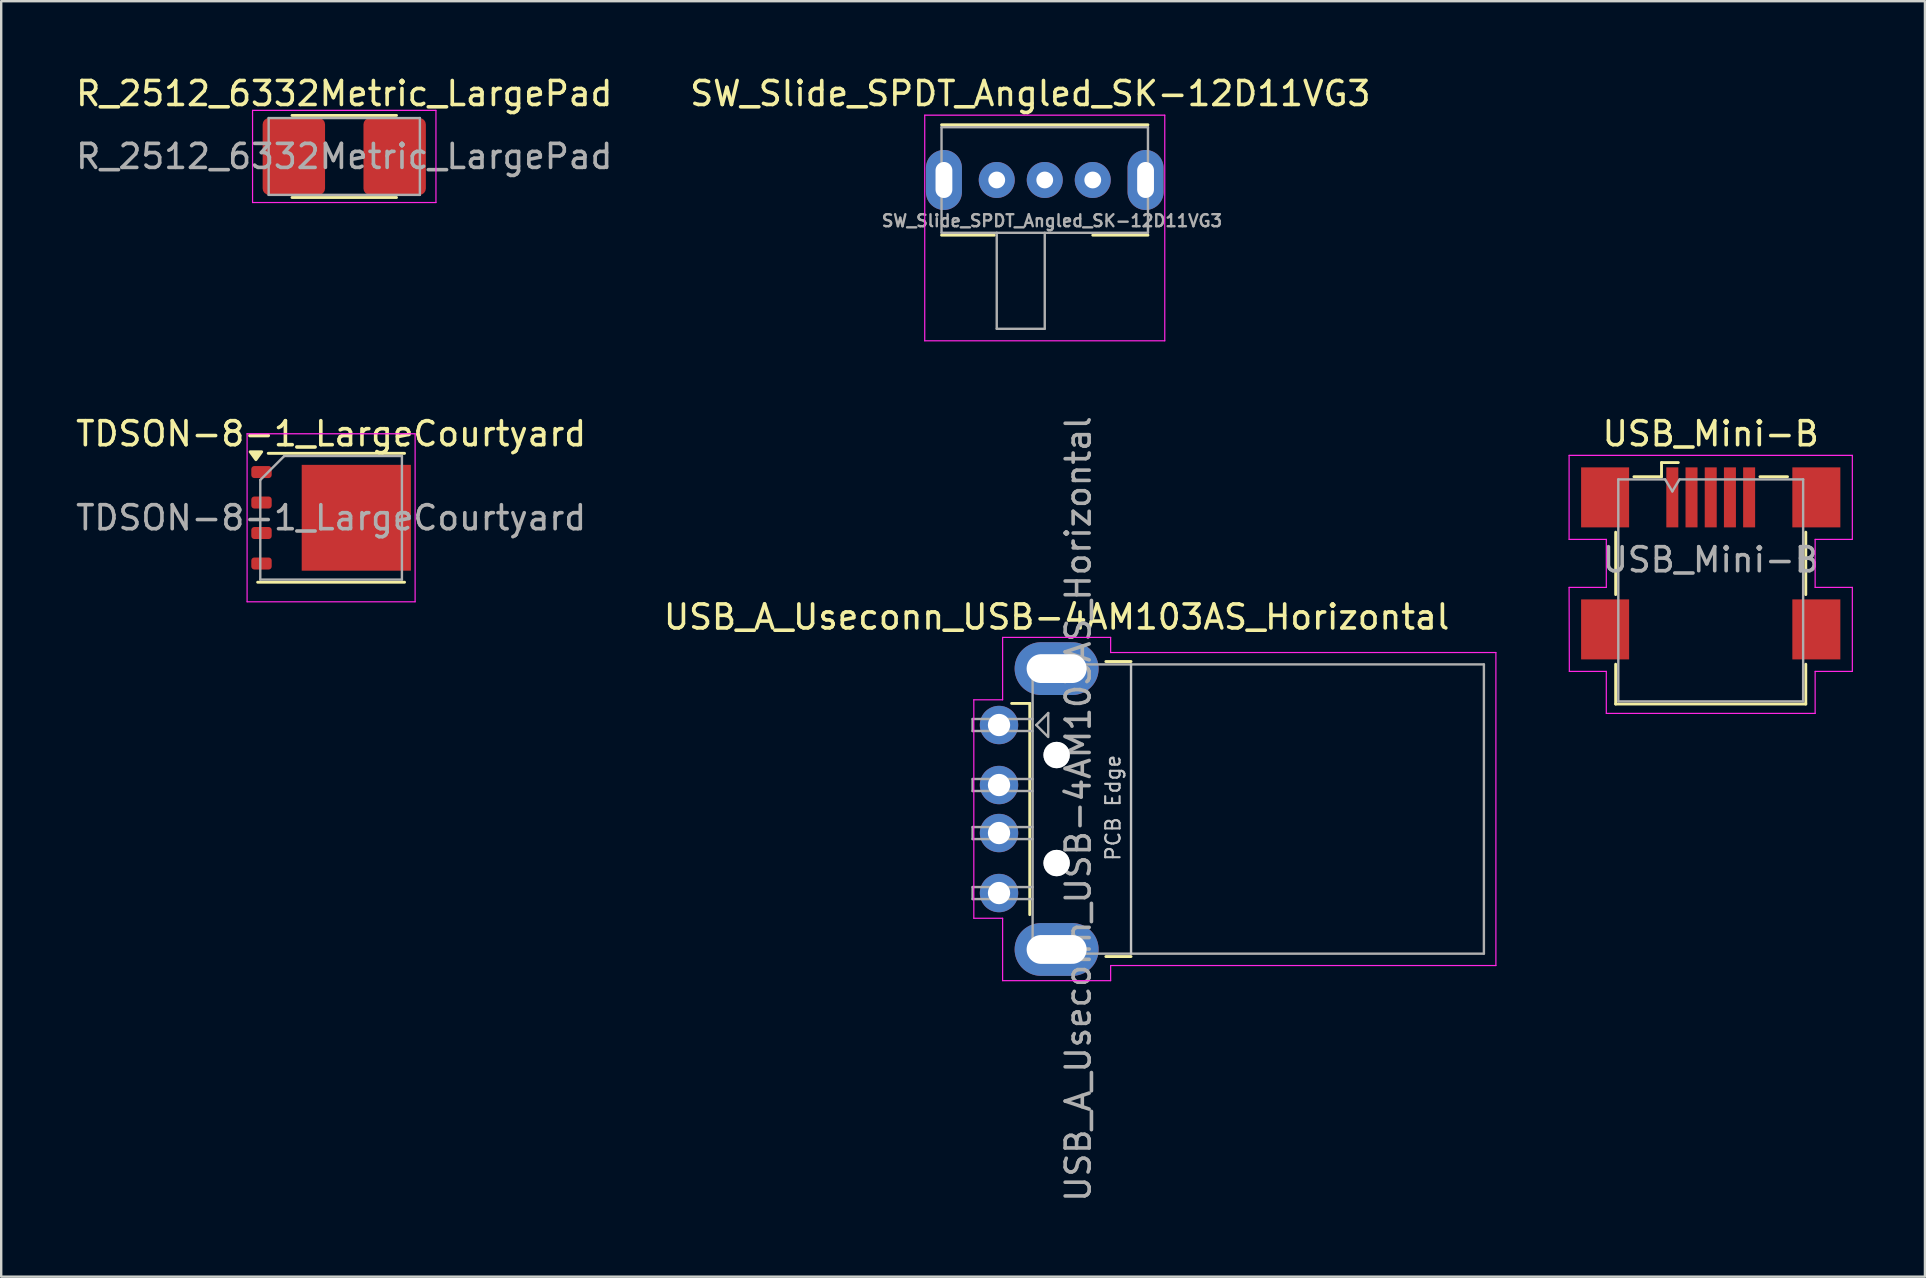
<source format=kicad_pcb>
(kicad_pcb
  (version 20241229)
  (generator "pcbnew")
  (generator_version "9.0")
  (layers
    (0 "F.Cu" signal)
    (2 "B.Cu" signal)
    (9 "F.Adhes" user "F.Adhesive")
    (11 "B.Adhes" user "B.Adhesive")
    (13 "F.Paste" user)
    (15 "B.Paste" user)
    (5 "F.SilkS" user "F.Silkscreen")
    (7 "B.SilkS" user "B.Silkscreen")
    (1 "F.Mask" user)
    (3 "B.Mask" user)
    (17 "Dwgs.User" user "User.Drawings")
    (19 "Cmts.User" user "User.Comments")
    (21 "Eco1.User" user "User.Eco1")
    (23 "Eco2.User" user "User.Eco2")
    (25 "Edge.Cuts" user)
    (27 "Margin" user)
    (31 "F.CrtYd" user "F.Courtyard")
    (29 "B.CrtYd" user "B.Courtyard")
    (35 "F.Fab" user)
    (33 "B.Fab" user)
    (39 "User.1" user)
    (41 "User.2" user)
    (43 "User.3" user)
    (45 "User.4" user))
  (footprint "USB_Mini-B"
    (layer "F.Cu")
    (at 68.22 20.271)
    (property "Reference" "USB_Mini-B" (at 0 -5.25 0) (layer "F.SilkS") (effects (font (size 1 1) (thickness 0.15))))
    (attr smd)
    (fp_line (start -3.96 1.45) (end -3.96 -1.15) (stroke (width 0.12) (type solid)) (layer "F.SilkS"))
    (fp_line (start -3.96 4.35) (end -3.96 6.01) (stroke (width 0.12) (type solid)) (layer "F.SilkS"))
    (fp_line (start -3.96 6.01) (end 3.96 6.01) (stroke (width 0.12) (type solid)) (layer "F.SilkS"))
    (fp_line (start -3.2 -3.46) (end -2.05 -3.46) (stroke (width 0.12) (type solid)) (layer "F.SilkS"))
    (fp_line (start -2.05 -4.05) (end -1.35 -4.05) (stroke (width 0.12) (type solid)) (layer "F.SilkS"))
    (fp_line (start -2.05 -3.46) (end -2.05 -4.05) (stroke (width 0.12) (type solid)) (layer "F.SilkS"))
    (fp_line (start 2.05 -3.46) (end 3.2 -3.46) (stroke (width 0.12) (type solid)) (layer "F.SilkS"))
    (fp_line (start 3.96 -1.15) (end 3.96 1.45) (stroke (width 0.12) (type solid)) (layer "F.SilkS"))
    (fp_line (start 3.96 6.01) (end 3.96 4.35) (stroke (width 0.12) (type solid)) (layer "F.SilkS"))
    (fp_line (start -5.9 -4.35) (end 5.9 -4.35) (stroke (width 0.05) (type solid)) (layer "F.CrtYd"))
    (fp_line (start -5.9 -0.85) (end -5.9 -4.35) (stroke (width 0.05) (type solid)) (layer "F.CrtYd"))
    (fp_line (start -5.9 1.15) (end -4.35 1.15) (stroke (width 0.05) (type solid)) (layer "F.CrtYd"))
    (fp_line (start -5.89 4.65) (end -5.9 1.15) (stroke (width 0.05) (type solid)) (layer "F.CrtYd"))
    (fp_line (start -4.35 -0.85) (end -5.9 -0.85) (stroke (width 0.05) (type solid)) (layer "F.CrtYd"))
    (fp_line (start -4.35 1.15) (end -4.35 -0.85) (stroke (width 0.05) (type solid)) (layer "F.CrtYd"))
    (fp_line (start -4.35 4.65) (end -5.89 4.65) (stroke (width 0.05) (type solid)) (layer "F.CrtYd"))
    (fp_line (start -4.35 6.4) (end -4.35 4.65) (stroke (width 0.05) (type solid)) (layer "F.CrtYd"))
    (fp_line (start 4.35 -0.85) (end 4.35 1.15) (stroke (width 0.05) (type solid)) (layer "F.CrtYd"))
    (fp_line (start 4.35 1.15) (end 5.9 1.15) (stroke (width 0.05) (type solid)) (layer "F.CrtYd"))
    (fp_line (start 4.35 4.65) (end 4.35 6.4) (stroke (width 0.05) (type solid)) (layer "F.CrtYd"))
    (fp_line (start 4.35 6.4) (end -4.35 6.4) (stroke (width 0.05) (type solid)) (layer "F.CrtYd"))
    (fp_line (start 5.9 -4.35) (end 5.9 -0.85) (stroke (width 0.05) (type solid)) (layer "F.CrtYd"))
    (fp_line (start 5.9 -0.85) (end 4.35 -0.85) (stroke (width 0.05) (type solid)) (layer "F.CrtYd"))
    (fp_line (start 5.9 1.15) (end 5.9 4.65) (stroke (width 0.05) (type solid)) (layer "F.CrtYd"))
    (fp_line (start 5.9 4.65) (end 4.35 4.65) (stroke (width 0.05) (type solid)) (layer "F.CrtYd"))
    (fp_line (start -3.85 -3.35) (end -1.9 -3.35) (stroke (width 0.1) (type solid)) (layer "F.Fab"))
    (fp_line (start -3.85 5.9) (end -3.85 -3.35) (stroke (width 0.1) (type solid)) (layer "F.Fab"))
    (fp_line (start -1.9 -3.35) (end -1.6 -2.85) (stroke (width 0.1) (type solid)) (layer "F.Fab"))
    (fp_line (start -1.6 -2.85) (end -1.3 -3.35) (stroke (width 0.1) (type solid)) (layer "F.Fab"))
    (fp_line (start -1.3 -3.35) (end 3.85 -3.35) (stroke (width 0.1) (type solid)) (layer "F.Fab"))
    (fp_line (start 3.85 -3.35) (end 3.85 5.9) (stroke (width 0.1) (type solid)) (layer "F.Fab"))
    (fp_line (start 3.85 5.9) (end -3.85 5.9) (stroke (width 0.1) (type solid)) (layer "F.Fab"))
    (fp_text user "${REFERENCE}" (at 0 0 0) (layer "F.Fab") (effects (font (size 1 1) (thickness 0.15))))
    (pad "1" smd rect (at -1.6 -2.6) (size 0.5 2.5) (layers "F.Cu" "F.Mask" "F.Paste"))
    (pad "2" smd rect (at -0.8 -2.6) (size 0.5 2.5) (layers "F.Cu" "F.Mask" "F.Paste"))
    (pad "3" smd rect (at 0 -2.6) (size 0.5 2.5) (layers "F.Cu" "F.Mask" "F.Paste"))
    (pad "4" smd rect (at 0.8 -2.6) (size 0.5 2.5) (layers "F.Cu" "F.Mask" "F.Paste"))
    (pad "5" smd rect (at 1.6 -2.6) (size 0.5 2.5) (layers "F.Cu" "F.Mask" "F.Paste"))
    (pad "6" smd rect (at -4.4 -2.6) (size 2 2.5) (layers "F.Cu" "F.Mask" "F.Paste"))
    (pad "6" smd rect (at -4.4 2.9) (size 2 2.5) (layers "F.Cu" "F.Mask" "F.Paste"))
    (pad "6" smd rect (at 4.4 -2.6) (size 2 2.5) (layers "F.Cu" "F.Mask" "F.Paste"))
    (pad "6" smd rect (at 4.4 2.9) (size 2 2.5) (layers "F.Cu" "F.Mask" "F.Paste")))
  (footprint "R_2512_6332Metric_LargePad"
    (layer "F.Cu")
    (at 11.292 3.468)
    (property "Reference" "R_2512_6332Metric_LargePad" (at 0 -2.62 0) (layer "F.SilkS") (effects (font (size 1 1) (thickness 0.15))))
    (attr smd)
    (fp_line (start -2.177 -1.71) (end 2.177 -1.71) (stroke (width 0.12) (type solid)) (layer "F.SilkS"))
    (fp_line (start -2.177 1.71) (end 2.177 1.71) (stroke (width 0.12) (type solid)) (layer "F.SilkS"))
    (fp_line (start -3.82 -1.92) (end 3.82 -1.92) (stroke (width 0.05) (type solid)) (layer "F.CrtYd"))
    (fp_line (start -3.82 1.92) (end -3.82 -1.92) (stroke (width 0.05) (type solid)) (layer "F.CrtYd"))
    (fp_line (start 3.82 -1.92) (end 3.82 1.92) (stroke (width 0.05) (type solid)) (layer "F.CrtYd"))
    (fp_line (start 3.82 1.92) (end -3.82 1.92) (stroke (width 0.05) (type solid)) (layer "F.CrtYd"))
    (fp_line (start -3.15 -1.6) (end 3.15 -1.6) (stroke (width 0.1) (type solid)) (layer "F.Fab"))
    (fp_line (start -3.15 1.6) (end -3.15 -1.6) (stroke (width 0.1) (type solid)) (layer "F.Fab"))
    (fp_line (start 3.15 -1.6) (end 3.15 1.6) (stroke (width 0.1) (type solid)) (layer "F.Fab"))
    (fp_line (start 3.15 1.6) (end -3.15 1.6) (stroke (width 0.1) (type solid)) (layer "F.Fab"))
    (fp_text user "${REFERENCE}" (at 0 0 0) (layer "F.Fab") (effects (font (size 1 1) (thickness 0.15))))
    (pad "1" smd roundrect (at -2.1 0) (size 2.6 3.2) (layers "F.Cu" "F.Mask" "F.Paste") (roundrect_rratio 0.102))
    (pad "2" smd roundrect (at 2.1 0) (size 2.6 3.2) (layers "F.Cu" "F.Mask" "F.Paste") (roundrect_rratio 0.102)))
  (footprint "SW_Slide_SPDT_Angled_SK-12D11VG3"
    (layer "F.Cu")
    (at 38.475 4.448)
    (property "Reference" "SW_Slide_SPDT_Angled_SK-12D11VG3" (at 1.4 -3.6 0) (layer "F.SilkS") (effects (font (size 1 1) (thickness 0.15))))
    (attr through_hole)
    (fp_line (start -2.3 -2.3) (end 6.3 -2.3) (stroke (width 0.12) (type solid)) (layer "F.SilkS"))
    (fp_line (start -2.3 2.3) (end -0.1 2.3) (stroke (width 0.12) (type solid)) (layer "F.SilkS"))
    (fp_line (start 4 2.3) (end 6.3 2.3) (stroke (width 0.12) (type solid)) (layer "F.SilkS"))
    (fp_line (start -3 -2.7) (end 7 -2.7) (stroke (width 0.05) (type solid)) (layer "F.CrtYd"))
    (fp_line (start -3 6.7) (end -3 -2.7) (stroke (width 0.05) (type solid)) (layer "F.CrtYd"))
    (fp_line (start 7 -2.7) (end 7 6.7) (stroke (width 0.05) (type solid)) (layer "F.CrtYd"))
    (fp_line (start 7 6.7) (end -3 6.7) (stroke (width 0.05) (type solid)) (layer "F.CrtYd"))
    (fp_line (start -2.3 -2.2) (end -2.3 2.2) (stroke (width 0.1) (type solid)) (layer "F.Fab"))
    (fp_line (start -2.3 -2.2) (end 6.3 -2.2) (stroke (width 0.1) (type solid)) (layer "F.Fab"))
    (fp_line (start -2.3 2.2) (end 6.3 2.2) (stroke (width 0.1) (type solid)) (layer "F.Fab"))
    (fp_line (start 0 6.2) (end 0 2.2) (stroke (width 0.1) (type solid)) (layer "F.Fab"))
    (fp_line (start 2 2.2) (end 2 6.2) (stroke (width 0.1) (type solid)) (layer "F.Fab"))
    (fp_line (start 2 6.2) (end 0 6.2) (stroke (width 0.1) (type solid)) (layer "F.Fab"))
    (fp_line (start 6.3 2.2) (end 6.3 -2.2) (stroke (width 0.1) (type solid)) (layer "F.Fab"))
    (fp_text user "${REFERENCE}" (at 2.3 1.7 0) (layer "F.Fab") (effects (font (size 0.5 0.5) (thickness 0.1))))
    (pad "" thru_hole oval (at -2.2 0) (size 1.5 2.5) (drill oval 0.7 1.5) (layers "*.Cu" "*.Mask"))
    (pad "" thru_hole oval (at 6.2 0) (size 1.5 2.5) (drill oval 0.7 1.5) (layers "*.Cu" "*.Mask"))
    (pad "1" thru_hole circle (at 0 0) (size 1.5 1.5) (drill 0.7) (layers "*.Cu" "*.Mask"))
    (pad "2" thru_hole circle (at 2 0) (size 1.5 1.5) (drill 0.7) (layers "*.Cu" "*.Mask"))
    (pad "3" thru_hole circle (at 4 0) (size 1.5 1.5) (drill 0.7) (layers "*.Cu" "*.Mask")))
  (footprint "USB_A_Useconn_USB-4AM103AS_Horizontal"
    (layer "F.Cu")
    (at 47.87 30.655)
    (property "Reference" "USB_A_Useconn_USB-4AM103AS_Horizontal" (at -6.9 -8 0) (layer "F.SilkS") (effects (font (size 1 1) (thickness 0.15))))
    (attr smd)
    (fp_line (start -8.02 -4.4) (end -8.775 -4.4) (stroke (width 0.12) (type solid)) (layer "F.SilkS"))
    (fp_line (start -8.02 -4.4) (end -8.02 4.4) (stroke (width 0.12) (type solid)) (layer "F.SilkS"))
    (fp_line (start -4.85 -6.145) (end -3.8 -6.145) (stroke (width 0.12) (type solid)) (layer "F.SilkS"))
    (fp_line (start -4.85 6.145) (end -3.8 6.145) (stroke (width 0.12) (type solid)) (layer "F.SilkS"))
    (fp_line (start -3.8 6.025) (end -3.8 -6.025) (stroke (width 0.1) (type solid)) (layer "Dwgs.User"))
    (fp_line (start -10.35 -4.55) (end -9.15 -4.55) (stroke (width 0.05) (type solid)) (layer "F.CrtYd"))
    (fp_line (start -10.35 4.55) (end -10.35 -4.55) (stroke (width 0.05) (type solid)) (layer "F.CrtYd"))
    (fp_line (start -10.35 4.55) (end -9.15 4.55) (stroke (width 0.05) (type solid)) (layer "F.CrtYd"))
    (fp_line (start -9.15 -7.15) (end -9.15 -4.55) (stroke (width 0.05) (type solid)) (layer "F.CrtYd"))
    (fp_line (start -9.15 -7.15) (end -4.65 -7.15) (stroke (width 0.05) (type solid)) (layer "F.CrtYd"))
    (fp_line (start -9.15 4.55) (end -9.15 7.15) (stroke (width 0.05) (type solid)) (layer "F.CrtYd"))
    (fp_line (start -9.15 7.15) (end -4.65 7.15) (stroke (width 0.05) (type solid)) (layer "F.CrtYd"))
    (fp_line (start -4.65 -6.52) (end -4.65 -7.15) (stroke (width 0.05) (type solid)) (layer "F.CrtYd"))
    (fp_line (start -4.65 -6.52) (end 11.4 -6.52) (stroke (width 0.05) (type solid)) (layer "F.CrtYd"))
    (fp_line (start -4.65 6.52) (end 11.4 6.52) (stroke (width 0.05) (type solid)) (layer "F.CrtYd"))
    (fp_line (start -4.65 7.15) (end -4.65 6.52) (stroke (width 0.05) (type solid)) (layer "F.CrtYd"))
    (fp_line (start 11.4 6.52) (end 11.4 -6.52) (stroke (width 0.05) (type solid)) (layer "F.CrtYd"))
    (fp_line (start -10.4 -3.75) (end -7.9 -3.75) (stroke (width 0.1) (type solid)) (layer "F.Fab"))
    (fp_line (start -10.4 -3.25) (end -10.4 -3.75) (stroke (width 0.1) (type solid)) (layer "F.Fab"))
    (fp_line (start -10.4 -3.25) (end -7.9 -3.25) (stroke (width 0.1) (type solid)) (layer "F.Fab"))
    (fp_line (start -10.4 -1.25) (end -7.9 -1.25) (stroke (width 0.1) (type solid)) (layer "F.Fab"))
    (fp_line (start -10.4 -0.75) (end -10.4 -1.25) (stroke (width 0.1) (type solid)) (layer "F.Fab"))
    (fp_line (start -10.4 -0.75) (end -7.9 -0.75) (stroke (width 0.1) (type solid)) (layer "F.Fab"))
    (fp_line (start -10.4 0.75) (end -7.9 0.75) (stroke (width 0.1) (type solid)) (layer "F.Fab"))
    (fp_line (start -10.4 1.25) (end -10.4 0.75) (stroke (width 0.1) (type solid)) (layer "F.Fab"))
    (fp_line (start -10.4 1.25) (end -7.9 1.25) (stroke (width 0.1) (type solid)) (layer "F.Fab"))
    (fp_line (start -10.4 3.25) (end -7.9 3.25) (stroke (width 0.1) (type solid)) (layer "F.Fab"))
    (fp_line (start -10.4 3.75) (end -10.4 3.25) (stroke (width 0.1) (type solid)) (layer "F.Fab"))
    (fp_line (start -10.4 3.75) (end -7.9 3.75) (stroke (width 0.1) (type solid)) (layer "F.Fab"))
    (fp_line (start -7.9 -6.025) (end 10.9 -6.025) (stroke (width 0.1) (type solid)) (layer "F.Fab"))
    (fp_line (start -7.9 6.025) (end -7.9 -6.025) (stroke (width 0.1) (type solid)) (layer "F.Fab"))
    (fp_line (start -7.9 6.025) (end 10.9 6.025) (stroke (width 0.1) (type solid)) (layer "F.Fab"))
    (fp_line (start -7.75 -3.5) (end -7.25 -4) (stroke (width 0.1) (type solid)) (layer "F.Fab"))
    (fp_line (start -7.75 -3.5) (end -7.25 -3) (stroke (width 0.1) (type solid)) (layer "F.Fab"))
    (fp_line (start -7.25 -4) (end -7.25 -3.05) (stroke (width 0.1) (type solid)) (layer "F.Fab"))
    (fp_line (start 10.9 6.025) (end 10.9 -6.025) (stroke (width 0.1) (type solid)) (layer "F.Fab"))
    (fp_circle (center -6.9 -2.25) (end -6.9 -2.75) (stroke (width 0.1) (type solid)) (fill no) (layer "F.Fab"))
    (fp_circle (center -6.9 2.25) (end -6.9 2.75) (stroke (width 0.1) (type solid)) (fill no) (layer "F.Fab"))
    (fp_text user "PCB Edge" (at -4.55 -0.05 90) (layer "Dwgs.User") (effects (font (size 0.6 0.6) (thickness 0.09))))
    (fp_text user "${REFERENCE}" (at -6 0 90) (layer "F.Fab") (effects (font (size 1 1) (thickness 0.15))))
    (pad "" np_thru_hole circle (at -6.9 -2.25) (size 1.1 1.1) (drill 1.1) (layers "*.Cu" "*.Mask"))
    (pad "" np_thru_hole circle (at -6.9 2.25) (size 1.1 1.1) (drill 1.1) (layers "*.Cu" "*.Mask"))
    (pad "1" thru_hole circle (at -9.3 -3.5) (size 1.6 1.6) (drill 0.93) (layers "*.Cu" "*.Mask"))
    (pad "2" thru_hole circle (at -9.3 -1) (size 1.6 1.6) (drill 0.93) (layers "*.Cu" "*.Mask"))
    (pad "3" thru_hole circle (at -9.3 1) (size 1.6 1.6) (drill 0.93) (layers "*.Cu" "*.Mask"))
    (pad "4" thru_hole circle (at -9.3 3.5) (size 1.6 1.6) (drill 0.93) (layers "*.Cu" "*.Mask"))
    (pad "5" thru_hole oval (at -6.9 -5.85) (size 3.5 2.2) (drill oval 2.5 1.2) (layers "*.Cu" "*.Mask"))
    (pad "5" thru_hole oval (at -6.9 5.85) (size 3.5 2.2) (drill oval 2.5 1.2) (layers "*.Cu" "*.Mask")))
  (footprint "TDSON-8-1_LargeCourtyard"
    (layer "F.Cu")
    (at 10.744 18.521)
    (property "Reference" "TDSON-8-1_LargeCourtyard" (at 0 -3.5 0) (layer "F.SilkS") (effects (font (size 1 1) (thickness 0.15))))
    (attr smd)
    (fp_line (start 3.06 -2.685) (end -2.62 -2.685) (stroke (width 0.12) (type solid)) (layer "F.SilkS"))
    (fp_line (start 3.06 2.685) (end -3.06 2.685) (stroke (width 0.12) (type solid)) (layer "F.SilkS"))
    (fp_poly (pts (xy -3.132 -2.42) (xy -3.372 -2.75) (xy -2.892 -2.75) (xy -3.132 -2.42)) (stroke (width 0.12) (type solid)) (fill yes) (layer "F.SilkS"))
    (fp_line (start -3.5 -3.5) (end -3.5 3.5) (stroke (width 0.05) (type solid)) (layer "F.CrtYd"))
    (fp_line (start -3.5 3.5) (end 3.5 3.5) (stroke (width 0.05) (type solid)) (layer "F.CrtYd"))
    (fp_line (start 3.5 -3.5) (end -3.5 -3.5) (stroke (width 0.05) (type solid)) (layer "F.CrtYd"))
    (fp_line (start 3.5 3.5) (end 3.5 -3.5) (stroke (width 0.05) (type solid)) (layer "F.CrtYd"))
    (fp_line (start -2.95 2.575) (end -2.95 -1.575) (stroke (width 0.1) (type solid)) (layer "F.Fab"))
    (fp_line (start -1.95 -2.575) (end -2.95 -1.575) (stroke (width 0.1) (type solid)) (layer "F.Fab"))
    (fp_line (start -1.95 -2.575) (end 2.95 -2.575) (stroke (width 0.1) (type solid)) (layer "F.Fab"))
    (fp_line (start 2.95 -2.575) (end 2.95 2.575) (stroke (width 0.1) (type solid)) (layer "F.Fab"))
    (fp_line (start 2.95 2.575) (end -2.95 2.575) (stroke (width 0.1) (type solid)) (layer "F.Fab"))
    (fp_text user "${REFERENCE}" (at 0 0 0) (layer "F.Fab") (effects (font (size 1 1) (thickness 0.15))))
    (pad "" smd roundrect (at -0.2 -0.85) (size 1.5 1.5) (layers "F.Paste") (roundrect_rratio 0.25))
    (pad "" smd roundrect (at -0.2 0.85) (size 1.5 1.5) (layers "F.Paste") (roundrect_rratio 0.25))
    (pad "" smd custom (at 0.65 0) (size 3.75 4.41) (layers "F.Mask") (options (anchor rect)) (primitives (gr_poly (pts (xy 2.675 -1.605) (xy 1.875 -1.605) (xy 1.875 -2.205) (xy 2.675 -2.205)) (width 0) (fill yes)) (gr_poly (pts (xy 2.675 -0.335) (xy 1.875 -0.335) (xy 1.875 -0.935) (xy 2.675 -0.935)) (width 0) (fill yes)) (gr_poly (pts (xy 2.675 0.935) (xy 1.875 0.935) (xy 1.875 0.335) (xy 2.675 0.335)) (width 0) (fill yes)) (gr_poly (pts (xy 2.675 2.205) (xy 1.875 2.205) (xy 1.875 1.605) (xy 2.675 1.605)) (width 0) (fill yes))))
    (pad "" smd roundrect (at 1.5 -0.85) (size 1.5 1.5) (layers "F.Paste") (roundrect_rratio 0.25))
    (pad "" smd roundrect (at 1.5 0.85) (size 1.5 1.5) (layers "F.Paste") (roundrect_rratio 0.25))
    (pad "" smd roundrect (at 2.905 -1.905) (size 0.75 0.5) (layers "F.Paste") (roundrect_rratio 0.25))
    (pad "" smd roundrect (at 2.905 -0.635) (size 0.75 0.5) (layers "F.Paste") (roundrect_rratio 0.25))
    (pad "" smd roundrect (at 2.905 0.635) (size 0.75 0.5) (layers "F.Paste") (roundrect_rratio 0.25))
    (pad "" smd roundrect (at 2.905 1.905) (size 0.75 0.5) (layers "F.Paste") (roundrect_rratio 0.25))
    (pad "1" smd roundrect (at -2.9 -1.905) (size 0.85 0.5) (layers "F.Cu" "F.Mask" "F.Paste") (roundrect_rratio 0.25))
    (pad "2" smd roundrect (at -2.9 -0.635) (size 0.85 0.5) (layers "F.Cu" "F.Mask" "F.Paste") (roundrect_rratio 0.25))
    (pad "3" smd roundrect (at -2.9 0.635) (size 0.85 0.5) (layers "F.Cu" "F.Mask" "F.Paste") (roundrect_rratio 0.25))
    (pad "4" smd roundrect (at -2.9 1.905) (size 0.85 0.5) (layers "F.Cu" "F.Mask" "F.Paste") (roundrect_rratio 0.25))
    (pad "5" smd rect (at 1.05 0) (size 4.55 4.41) (layers "F.Cu")))
  (gr_rect
    (start -3 -3)
    (end 77.145 50.138)
    (stroke (width 0.1) (type default))
    (fill no)
    (layer "Edge.Cuts")))
</source>
